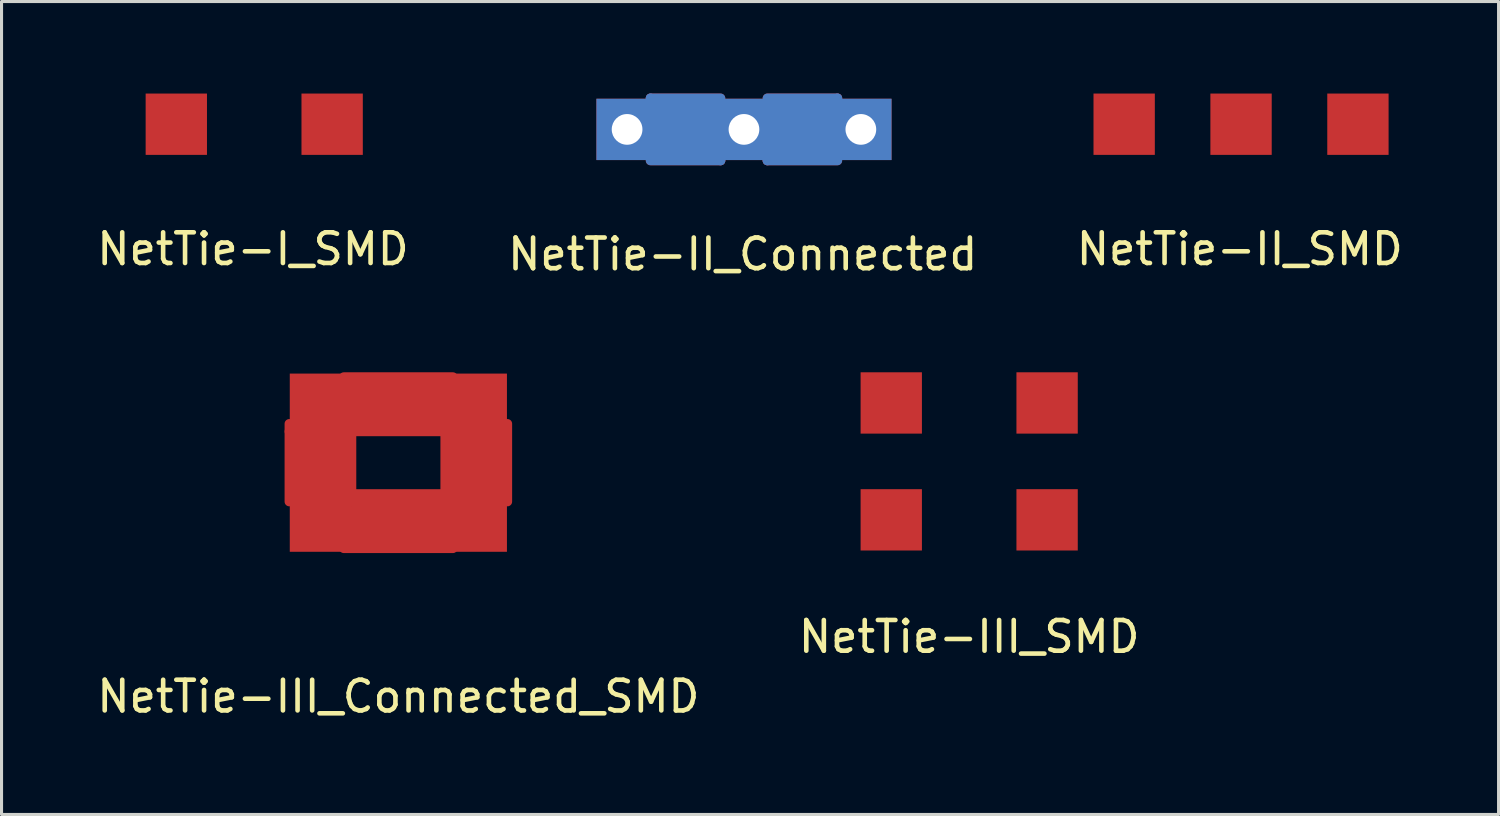
<source format=kicad_pcb>
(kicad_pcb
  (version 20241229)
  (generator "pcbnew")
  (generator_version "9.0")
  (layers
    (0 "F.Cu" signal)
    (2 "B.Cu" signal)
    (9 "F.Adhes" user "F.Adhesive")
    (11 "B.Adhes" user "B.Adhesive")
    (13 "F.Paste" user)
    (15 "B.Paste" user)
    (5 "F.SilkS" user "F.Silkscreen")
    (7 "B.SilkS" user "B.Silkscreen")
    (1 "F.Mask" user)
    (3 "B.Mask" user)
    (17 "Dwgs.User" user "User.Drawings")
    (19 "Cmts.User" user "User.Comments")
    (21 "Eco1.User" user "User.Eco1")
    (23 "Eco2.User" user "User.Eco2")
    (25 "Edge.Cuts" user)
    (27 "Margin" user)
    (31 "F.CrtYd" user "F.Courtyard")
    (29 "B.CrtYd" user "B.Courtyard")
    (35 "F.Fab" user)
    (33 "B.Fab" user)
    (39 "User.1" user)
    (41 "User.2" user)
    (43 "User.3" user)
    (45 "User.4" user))
  (footprint "NetTie-III_SMD"
    (layer "F.Cu")
    (at 28.542 10.085)
    (property "Reference" "NetTie-III_SMD" (at 0 7.62 0) (layer "F.SilkS") (effects (font (size 1 1) (thickness 0.15))))
    (attr through_hole)
    (pad "1" smd rect (at -2.54 0) (size 1.999 1.999) (layers "F.Cu" "F.Mask" "F.Paste"))
    (pad "2" smd rect (at -2.54 3.81) (size 1.999 1.999) (layers "F.Cu" "F.Mask" "F.Paste"))
    (pad "3" smd rect (at 2.54 0) (size 1.999 1.999) (layers "F.Cu" "F.Mask" "F.Paste"))
    (pad "4" smd rect (at 2.54 3.81) (size 1.999 1.999) (layers "F.Cu" "F.Mask" "F.Paste")))
  (footprint "NetTie-II_Connected"
    (layer "F.Cu")
    (at 21.201 1.168)
    (property "Reference" "NetTie-II_Connected" (at -0.041 4.069 0) (layer "F.SilkS") (effects (font (size 1 1) (thickness 0.15))))
    (attr through_hole)
    (fp_line (start -3.048 -1.016) (end -0.762 -1.016) (stroke (width 0.305) (type solid)) (layer "F.Cu"))
    (fp_line (start -3.048 -0.762) (end -3.048 -1.016) (stroke (width 0.305) (type solid)) (layer "F.Cu"))
    (fp_line (start -3.048 -0.508) (end -0.762 -0.508) (stroke (width 0.305) (type solid)) (layer "F.Cu"))
    (fp_line (start -3.048 -0.254) (end -3.048 -0.508) (stroke (width 0.305) (type solid)) (layer "F.Cu"))
    (fp_line (start -3.048 0) (end -0.762 0) (stroke (width 0.305) (type solid)) (layer "F.Cu"))
    (fp_line (start -3.048 0.254) (end -3.048 0) (stroke (width 0.305) (type solid)) (layer "F.Cu"))
    (fp_line (start -3.048 0.508) (end -0.762 0.508) (stroke (width 0.305) (type solid)) (layer "F.Cu"))
    (fp_line (start -3.048 0.762) (end -3.048 0.508) (stroke (width 0.305) (type solid)) (layer "F.Cu"))
    (fp_line (start -3.048 1.016) (end -0.762 1.016) (stroke (width 0.305) (type solid)) (layer "F.Cu"))
    (fp_line (start -0.762 -0.762) (end -3.048 -0.762) (stroke (width 0.305) (type solid)) (layer "F.Cu"))
    (fp_line (start -0.762 -0.508) (end -0.762 -0.762) (stroke (width 0.305) (type solid)) (layer "F.Cu"))
    (fp_line (start -0.762 -0.254) (end -3.048 -0.254) (stroke (width 0.305) (type solid)) (layer "F.Cu"))
    (fp_line (start -0.762 0) (end -0.762 -0.254) (stroke (width 0.305) (type solid)) (layer "F.Cu"))
    (fp_line (start -0.762 0.254) (end -3.048 0.254) (stroke (width 0.305) (type solid)) (layer "F.Cu"))
    (fp_line (start -0.762 0.508) (end -0.762 0.254) (stroke (width 0.305) (type solid)) (layer "F.Cu"))
    (fp_line (start -0.762 0.762) (end -3.048 0.762) (stroke (width 0.305) (type solid)) (layer "F.Cu"))
    (fp_line (start -0.762 1.016) (end -0.762 0.762) (stroke (width 0.305) (type solid)) (layer "F.Cu"))
    (fp_line (start 0.762 -1.016) (end 3.048 -1.016) (stroke (width 0.305) (type solid)) (layer "F.Cu"))
    (fp_line (start 0.762 -0.762) (end 0.762 -0.508) (stroke (width 0.305) (type solid)) (layer "F.Cu"))
    (fp_line (start 0.762 -0.508) (end 3.048 -0.508) (stroke (width 0.305) (type solid)) (layer "F.Cu"))
    (fp_line (start 0.762 -0.254) (end 0.762 0) (stroke (width 0.305) (type solid)) (layer "F.Cu"))
    (fp_line (start 0.762 0) (end 3.048 0) (stroke (width 0.305) (type solid)) (layer "F.Cu"))
    (fp_line (start 0.762 0.254) (end 0.762 0.508) (stroke (width 0.305) (type solid)) (layer "F.Cu"))
    (fp_line (start 0.762 0.508) (end 3.048 0.508) (stroke (width 0.305) (type solid)) (layer "F.Cu"))
    (fp_line (start 0.762 0.762) (end 0.762 1.016) (stroke (width 0.305) (type solid)) (layer "F.Cu"))
    (fp_line (start 0.762 1.016) (end 3.048 1.016) (stroke (width 0.305) (type solid)) (layer "F.Cu"))
    (fp_line (start 3.048 -1.016) (end 3.048 -0.762) (stroke (width 0.305) (type solid)) (layer "F.Cu"))
    (fp_line (start 3.048 -0.762) (end 0.762 -0.762) (stroke (width 0.305) (type solid)) (layer "F.Cu"))
    (fp_line (start 3.048 -0.508) (end 3.048 -0.254) (stroke (width 0.305) (type solid)) (layer "F.Cu"))
    (fp_line (start 3.048 -0.254) (end 0.762 -0.254) (stroke (width 0.305) (type solid)) (layer "F.Cu"))
    (fp_line (start 3.048 0) (end 3.048 0.254) (stroke (width 0.305) (type solid)) (layer "F.Cu"))
    (fp_line (start 3.048 0.254) (end 0.762 0.254) (stroke (width 0.305) (type solid)) (layer "F.Cu"))
    (fp_line (start 3.048 0.508) (end 3.048 0.762) (stroke (width 0.305) (type solid)) (layer "F.Cu"))
    (fp_line (start 3.048 0.762) (end 0.762 0.762) (stroke (width 0.305) (type solid)) (layer "F.Cu"))
    (fp_line (start -3.048 -1.016) (end -0.762 -1.016) (stroke (width 0.305) (type solid)) (layer "B.Cu"))
    (fp_line (start -3.048 -0.762) (end -3.048 -1.016) (stroke (width 0.305) (type solid)) (layer "B.Cu"))
    (fp_line (start -3.048 -0.508) (end -0.762 -0.508) (stroke (width 0.305) (type solid)) (layer "B.Cu"))
    (fp_line (start -3.048 -0.254) (end -3.048 -0.508) (stroke (width 0.305) (type solid)) (layer "B.Cu"))
    (fp_line (start -3.048 0) (end -0.762 0) (stroke (width 0.305) (type solid)) (layer "B.Cu"))
    (fp_line (start -3.048 0.254) (end -3.048 0) (stroke (width 0.305) (type solid)) (layer "B.Cu"))
    (fp_line (start -3.048 0.508) (end -0.762 0.508) (stroke (width 0.305) (type solid)) (layer "B.Cu"))
    (fp_line (start -3.048 0.762) (end -3.048 0.508) (stroke (width 0.305) (type solid)) (layer "B.Cu"))
    (fp_line (start -3.048 1.016) (end -0.762 1.016) (stroke (width 0.305) (type solid)) (layer "B.Cu"))
    (fp_line (start -0.762 -0.762) (end -3.048 -0.762) (stroke (width 0.305) (type solid)) (layer "B.Cu"))
    (fp_line (start -0.762 -0.508) (end -0.762 -0.762) (stroke (width 0.305) (type solid)) (layer "B.Cu"))
    (fp_line (start -0.762 -0.254) (end -3.048 -0.254) (stroke (width 0.305) (type solid)) (layer "B.Cu"))
    (fp_line (start -0.762 0) (end -0.762 -0.254) (stroke (width 0.305) (type solid)) (layer "B.Cu"))
    (fp_line (start -0.762 0.254) (end -3.048 0.254) (stroke (width 0.305) (type solid)) (layer "B.Cu"))
    (fp_line (start -0.762 0.508) (end -0.762 0.254) (stroke (width 0.305) (type solid)) (layer "B.Cu"))
    (fp_line (start -0.762 0.762) (end -3.048 0.762) (stroke (width 0.305) (type solid)) (layer "B.Cu"))
    (fp_line (start -0.762 1.016) (end -0.762 0.762) (stroke (width 0.305) (type solid)) (layer "B.Cu"))
    (fp_line (start 0.762 -1.016) (end 3.048 -1.016) (stroke (width 0.305) (type solid)) (layer "B.Cu"))
    (fp_line (start 0.762 -0.762) (end 0.762 -0.508) (stroke (width 0.305) (type solid)) (layer "B.Cu"))
    (fp_line (start 0.762 -0.508) (end 3.048 -0.508) (stroke (width 0.305) (type solid)) (layer "B.Cu"))
    (fp_line (start 0.762 -0.254) (end 0.762 0) (stroke (width 0.305) (type solid)) (layer "B.Cu"))
    (fp_line (start 0.762 0) (end 3.048 0) (stroke (width 0.305) (type solid)) (layer "B.Cu"))
    (fp_line (start 0.762 0.254) (end 0.762 0.508) (stroke (width 0.305) (type solid)) (layer "B.Cu"))
    (fp_line (start 0.762 0.508) (end 3.048 0.508) (stroke (width 0.305) (type solid)) (layer "B.Cu"))
    (fp_line (start 0.762 0.762) (end 0.762 1.016) (stroke (width 0.305) (type solid)) (layer "B.Cu"))
    (fp_line (start 0.762 1.016) (end 3.048 1.016) (stroke (width 0.305) (type solid)) (layer "B.Cu"))
    (fp_line (start 3.048 -1.016) (end 3.048 -0.762) (stroke (width 0.305) (type solid)) (layer "B.Cu"))
    (fp_line (start 3.048 -0.762) (end 0.762 -0.762) (stroke (width 0.305) (type solid)) (layer "B.Cu"))
    (fp_line (start 3.048 -0.508) (end 3.048 -0.254) (stroke (width 0.305) (type solid)) (layer "B.Cu"))
    (fp_line (start 3.048 -0.254) (end 0.762 -0.254) (stroke (width 0.305) (type solid)) (layer "B.Cu"))
    (fp_line (start 3.048 0) (end 3.048 0.254) (stroke (width 0.305) (type solid)) (layer "B.Cu"))
    (fp_line (start 3.048 0.254) (end 0.762 0.254) (stroke (width 0.305) (type solid)) (layer "B.Cu"))
    (fp_line (start 3.048 0.508) (end 3.048 0.762) (stroke (width 0.305) (type solid)) (layer "B.Cu"))
    (fp_line (start 3.048 0.762) (end 0.762 0.762) (stroke (width 0.305) (type solid)) (layer "B.Cu"))
    (pad "1" thru_hole rect (at -3.81 0) (size 1.999 1.999) (drill 1.001) (layers "*.Cu" "*.Mask"))
    (pad "2" thru_hole rect (at 0 0) (size 1.999 1.999) (drill 1.001) (layers "*.Cu" "*.Mask"))
    (pad "3" thru_hole rect (at 3.81 0) (size 1.999 1.999) (drill 1.001) (layers "*.Cu" "*.Mask")))
  (footprint "NetTie-I_SMD"
    (layer "F.Cu")
    (at 5.237 0.999)
    (property "Reference" "NetTie-I_SMD" (at -0.041 4.069 0) (layer "F.SilkS") (effects (font (size 1 1) (thickness 0.15))))
    (attr through_hole)
    (pad "1" smd rect (at -2.54 0) (size 1.999 1.999) (layers "F.Cu" "F.Mask" "F.Paste"))
    (pad "2" smd rect (at 2.54 0) (size 1.999 1.999) (layers "F.Cu" "F.Mask" "F.Paste")))
  (footprint "NetTie-III_Connected_SMD"
    (layer "F.Cu")
    (at 9.935 12.032)
    (property "Reference" "NetTie-III_Connected_SMD" (at 0 7.62 0) (layer "F.SilkS") (effects (font (size 1 1) (thickness 0.15))))
    (attr through_hole)
    (fp_line (start -3.556 -1.016) (end -3.556 -1.27) (stroke (width 0.305) (type solid)) (layer "F.Cu"))
    (fp_line (start -3.556 -1.016) (end -3.556 1.27) (stroke (width 0.305) (type solid)) (layer "F.Cu"))
    (fp_line (start -3.302 -1.27) (end -3.302 1.27) (stroke (width 0.305) (type solid)) (layer "F.Cu"))
    (fp_line (start -3.048 -1.27) (end -3.048 1.27) (stroke (width 0.305) (type solid)) (layer "F.Cu"))
    (fp_line (start -2.794 -1.27) (end -2.794 1.27) (stroke (width 0.305) (type solid)) (layer "F.Cu"))
    (fp_line (start -2.54 -1.27) (end -2.54 1.27) (stroke (width 0.305) (type solid)) (layer "F.Cu"))
    (fp_line (start -2.286 -1.27) (end -2.286 1.27) (stroke (width 0.305) (type solid)) (layer "F.Cu"))
    (fp_line (start -2.032 1.27) (end -2.032 -1.27) (stroke (width 0.305) (type solid)) (layer "F.Cu"))
    (fp_line (start -1.778 -2.794) (end 1.778 -2.794) (stroke (width 0.305) (type solid)) (layer "F.Cu"))
    (fp_line (start -1.778 -2.54) (end 1.778 -2.54) (stroke (width 0.305) (type solid)) (layer "F.Cu"))
    (fp_line (start -1.778 -2.286) (end 1.778 -2.286) (stroke (width 0.305) (type solid)) (layer "F.Cu"))
    (fp_line (start -1.778 -2.032) (end 1.778 -2.032) (stroke (width 0.305) (type solid)) (layer "F.Cu"))
    (fp_line (start -1.778 -1.778) (end 1.778 -1.778) (stroke (width 0.305) (type solid)) (layer "F.Cu"))
    (fp_line (start -1.778 -1.524) (end 1.778 -1.524) (stroke (width 0.305) (type solid)) (layer "F.Cu"))
    (fp_line (start -1.778 -1.27) (end -1.778 1.27) (stroke (width 0.305) (type solid)) (layer "F.Cu"))
    (fp_line (start -1.778 -1.27) (end 1.778 -1.27) (stroke (width 0.305) (type solid)) (layer "F.Cu"))
    (fp_line (start -1.778 -1.016) (end 1.778 -1.016) (stroke (width 0.305) (type solid)) (layer "F.Cu"))
    (fp_line (start -1.778 1.016) (end -1.524 1.016) (stroke (width 0.305) (type solid)) (layer "F.Cu"))
    (fp_line (start -1.778 1.27) (end 1.778 1.27) (stroke (width 0.305) (type solid)) (layer "F.Cu"))
    (fp_line (start -1.778 1.524) (end 1.778 1.524) (stroke (width 0.305) (type solid)) (layer "F.Cu"))
    (fp_line (start -1.778 1.778) (end 1.778 1.778) (stroke (width 0.305) (type solid)) (layer "F.Cu"))
    (fp_line (start -1.778 2.032) (end 1.778 2.032) (stroke (width 0.305) (type solid)) (layer "F.Cu"))
    (fp_line (start -1.778 2.286) (end 1.778 2.286) (stroke (width 0.305) (type solid)) (layer "F.Cu"))
    (fp_line (start -1.778 2.794) (end 1.778 2.794) (stroke (width 0.305) (type solid)) (layer "F.Cu"))
    (fp_line (start -1.524 1.016) (end 1.778 1.016) (stroke (width 0.305) (type solid)) (layer "F.Cu"))
    (fp_line (start -1.524 1.27) (end -1.524 -1.27) (stroke (width 0.305) (type solid)) (layer "F.Cu"))
    (fp_line (start 1.524 1.27) (end 1.524 -1.27) (stroke (width 0.305) (type solid)) (layer "F.Cu"))
    (fp_line (start 1.778 -1.27) (end 1.778 1.27) (stroke (width 0.305) (type solid)) (layer "F.Cu"))
    (fp_line (start 1.778 2.54) (end -1.778 2.54) (stroke (width 0.305) (type solid)) (layer "F.Cu"))
    (fp_line (start 2.032 1.27) (end 2.032 -1.27) (stroke (width 0.305) (type solid)) (layer "F.Cu"))
    (fp_line (start 2.286 -1.27) (end 2.286 1.27) (stroke (width 0.305) (type solid)) (layer "F.Cu"))
    (fp_line (start 2.54 1.27) (end 2.54 -1.27) (stroke (width 0.305) (type solid)) (layer "F.Cu"))
    (fp_line (start 2.794 -1.27) (end 2.794 1.27) (stroke (width 0.305) (type solid)) (layer "F.Cu"))
    (fp_line (start 3.048 1.27) (end 3.048 -1.27) (stroke (width 0.305) (type solid)) (layer "F.Cu"))
    (fp_line (start 3.302 -1.27) (end 3.302 1.27) (stroke (width 0.305) (type solid)) (layer "F.Cu"))
    (fp_line (start 3.556 1.27) (end 3.556 -1.27) (stroke (width 0.305) (type solid)) (layer "F.Cu"))
    (pad "1" smd rect (at -2.54 -1.905) (size 1.999 1.999) (layers "F.Cu" "F.Mask" "F.Paste"))
    (pad "2" smd rect (at -2.54 1.905) (size 1.999 1.999) (layers "F.Cu" "F.Mask" "F.Paste"))
    (pad "3" smd rect (at 2.54 -1.905) (size 1.999 1.999) (layers "F.Cu" "F.Mask" "F.Paste"))
    (pad "4" smd rect (at 2.54 1.905) (size 1.999 1.999) (layers "F.Cu" "F.Mask" "F.Paste")))
  (footprint "NetTie-II_SMD"
    (layer "F.Cu")
    (at 37.404 0.999)
    (property "Reference" "NetTie-II_SMD" (at -0.041 4.069 0) (layer "F.SilkS") (effects (font (size 1 1) (thickness 0.15))))
    (attr through_hole)
    (pad "1" smd rect (at -3.81 0) (size 1.999 1.999) (layers "F.Cu" "F.Mask" "F.Paste"))
    (pad "2" smd rect (at 0 0) (size 1.999 1.999) (layers "F.Cu" "F.Mask" "F.Paste"))
    (pad "3" smd rect (at 3.81 0) (size 1.999 1.999) (layers "F.Cu" "F.Mask" "F.Paste")))
  (gr_rect
    (start -3 -3)
    (end 45.798 23.5)
    (stroke (width 0.1) (type default))
    (fill no)
    (layer "Edge.Cuts")))
</source>
